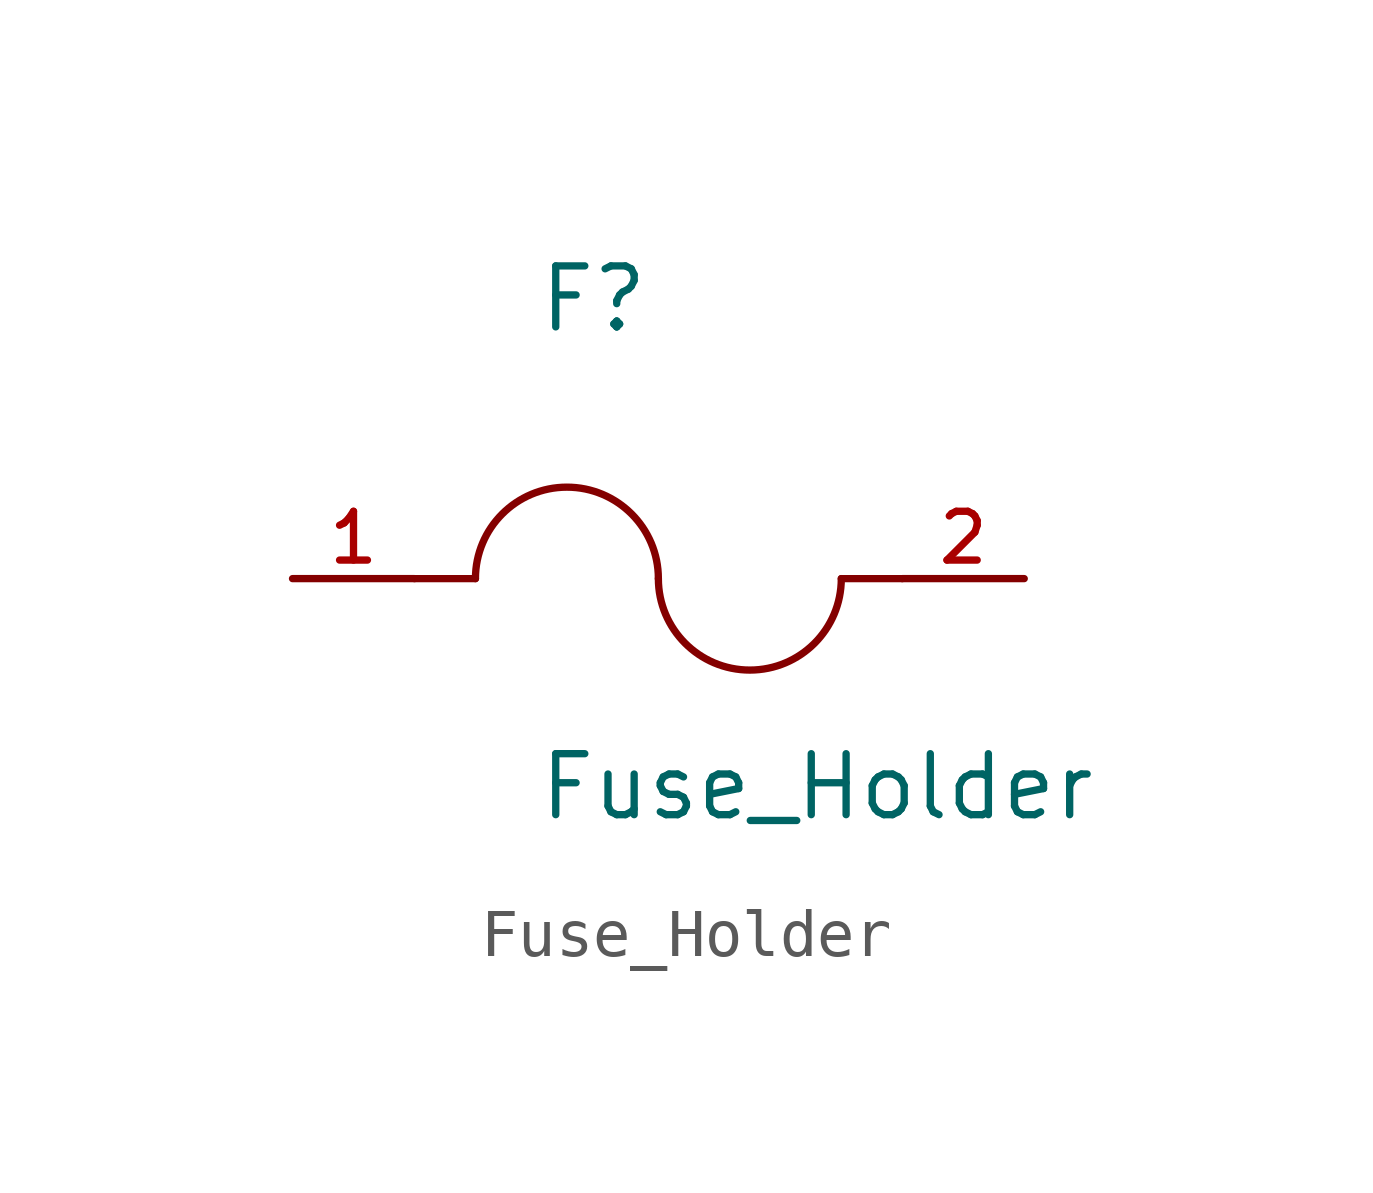
<source format=kicad_sym>
(kicad_symbol_lib
  (version 20231120)
  (generator "kicad_symbol_editor")
  (generator_version "8.0")
  (symbol "Fuse_Holder"
    (pin_names
      (offset 1.016))
    (property "Reference" "F"
      (at -2.54 5.08 0)
      (effects (font (size 1.27 1.27)) (justify left bottom)))
    (property "Value" "Fuse_Holder"
      (at -2.54 -5.08 0)
      (effects (font (size 1.27 1.27)) (justify left bottom)))
    (symbol "Fuse_Holder_0_0"
      (arc (start 0 0) (mid -1.905 1.8967) (end -3.81 0) (stroke (width 0.1524) (type default)) (fill (type none)))
      (polyline (pts (xy -5.08 0) (xy -3.81 0)) (stroke (width 0.152) (type default)) (fill (type none)))
      (polyline (pts (xy 5.08 0) (xy 3.81 0)) (stroke (width 0.152) (type default)) (fill (type none)))
      (arc (start 0 0) (mid 1.905 -1.8967) (end 3.81 0) (stroke (width 0.1524) (type default)) (fill (type none)))
      (pin passive line (at -7.62 0 0) (length 2.54) (name "~" (effects (font (size 1.016 1.016)))) (number "1" (effects (font (size 1.016 1.016)))))
      (pin passive line (at 7.62 0 180) (length 2.54) (name "~" (effects (font (size 1.016 1.016)))) (number "2" (effects (font (size 1.016 1.016))))))))
</source>
